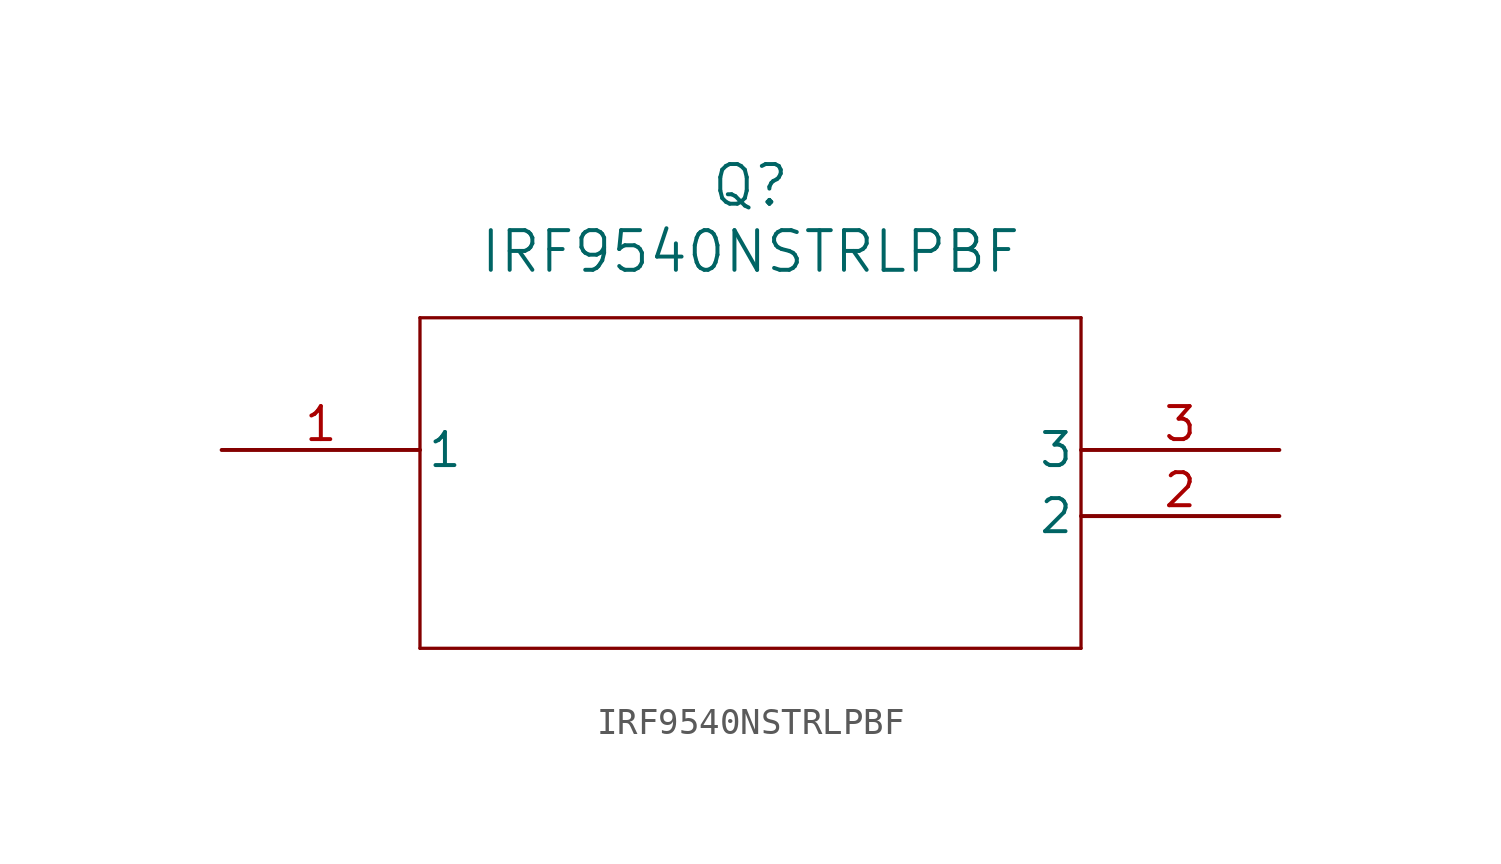
<source format=kicad_sym>
(kicad_symbol_lib
  (version 20211014)
  (generator kicad_symbol_editor)
  (symbol "IRF9540NSTRLPBF"
    (pin_names
      (offset 0.254))
    (property "Reference" "Q"
      (at 20.32 10.16 0)
      (effects (font (size 1.524 1.524))))
    (property "Value" "IRF9540NSTRLPBF"
      (at 20.32 7.62 0)
      (effects (font (size 1.524 1.524))))
    (symbol "IRF9540NSTRLPBF_0_1"
      (polyline (pts (xy 7.62 5.08) (xy 7.62 -7.62)) (stroke (width .127) (type default) (color 0 0 0 0)) (fill (type none)))
      (polyline (pts (xy 7.62 -7.62) (xy 33.02 -7.62)) (stroke (width .127) (type default) (color 0 0 0 0)) (fill (type none)))
      (polyline (pts (xy 33.02 -7.62) (xy 33.02 5.08)) (stroke (width .127) (type default) (color 0 0 0 0)) (fill (type none)))
      (polyline (pts (xy 33.02 5.08) (xy 7.62 5.08)) (stroke (width .127) (type default) (color 0 0 0 0)) (fill (type none)))
      (pin unspecified line (at 0 0 0) (length 7.62) (name "1" (effects (font (size 1.27 1.27)))) (number "1" (effects (font (size 1.27 1.27)))))
      (pin unspecified line (at 40.64 -2.54 180) (length 7.62) (name "2" (effects (font (size 1.27 1.27)))) (number "2" (effects (font (size 1.27 1.27)))))
      (pin unspecified line (at 40.64 0 180) (length 7.62) (name "3" (effects (font (size 1.27 1.27)))) (number "3" (effects (font (size 1.27 1.27))))))))
</source>
